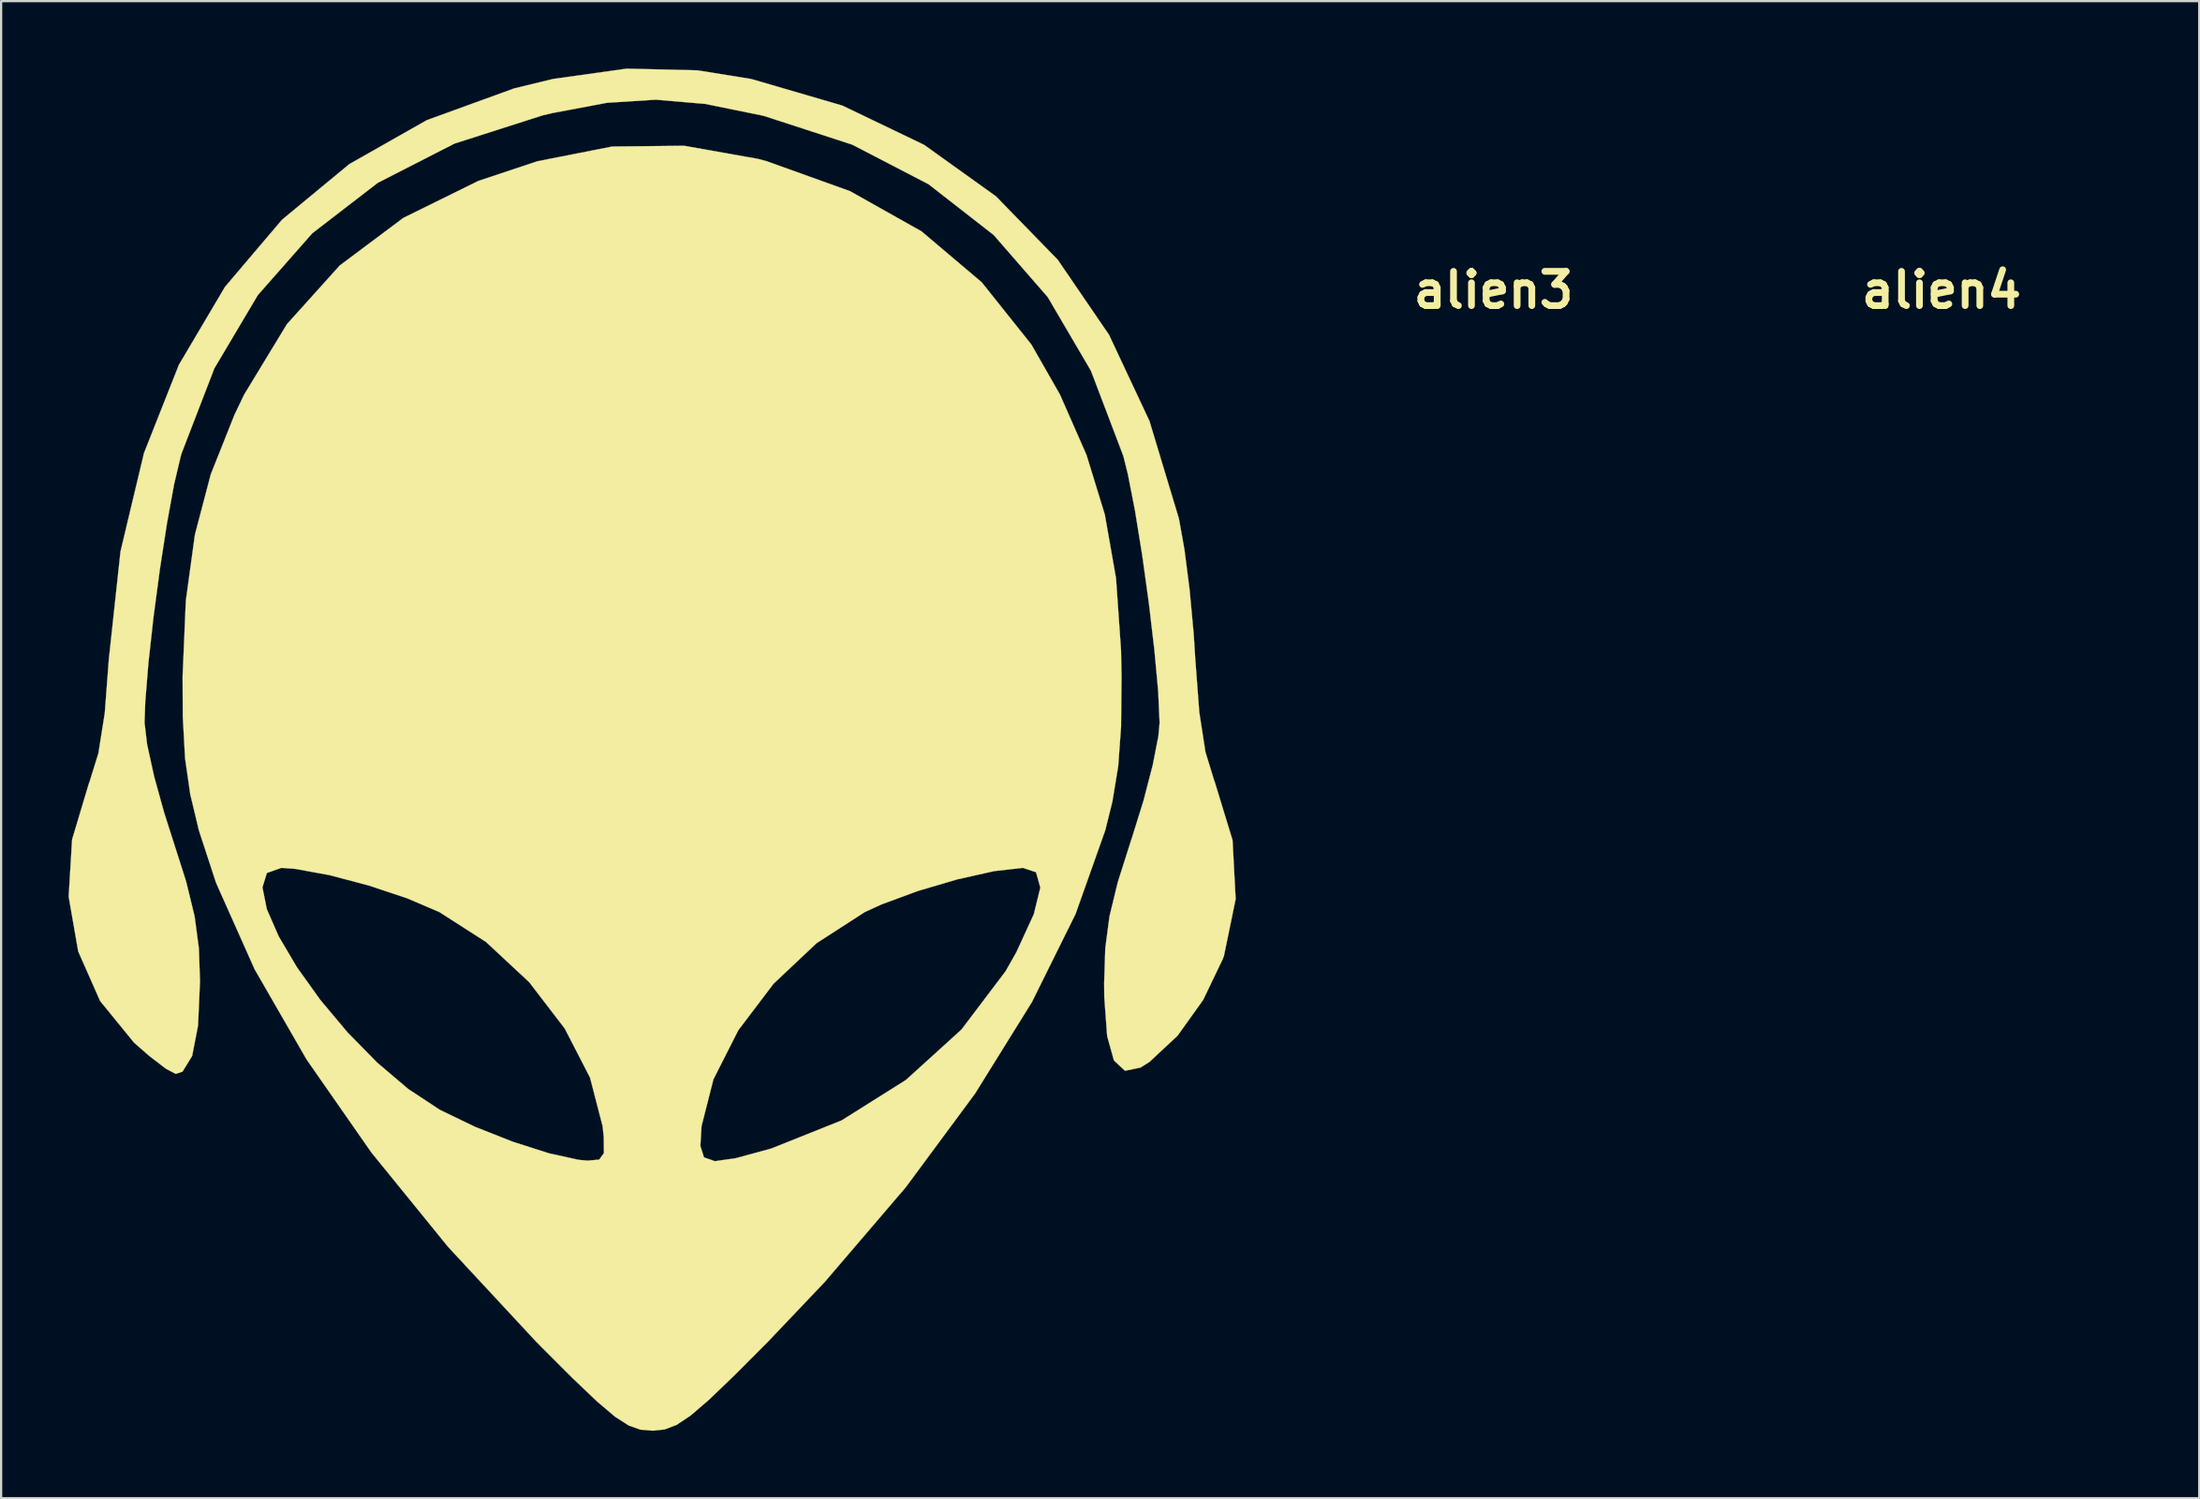
<source format=kicad_pcb>
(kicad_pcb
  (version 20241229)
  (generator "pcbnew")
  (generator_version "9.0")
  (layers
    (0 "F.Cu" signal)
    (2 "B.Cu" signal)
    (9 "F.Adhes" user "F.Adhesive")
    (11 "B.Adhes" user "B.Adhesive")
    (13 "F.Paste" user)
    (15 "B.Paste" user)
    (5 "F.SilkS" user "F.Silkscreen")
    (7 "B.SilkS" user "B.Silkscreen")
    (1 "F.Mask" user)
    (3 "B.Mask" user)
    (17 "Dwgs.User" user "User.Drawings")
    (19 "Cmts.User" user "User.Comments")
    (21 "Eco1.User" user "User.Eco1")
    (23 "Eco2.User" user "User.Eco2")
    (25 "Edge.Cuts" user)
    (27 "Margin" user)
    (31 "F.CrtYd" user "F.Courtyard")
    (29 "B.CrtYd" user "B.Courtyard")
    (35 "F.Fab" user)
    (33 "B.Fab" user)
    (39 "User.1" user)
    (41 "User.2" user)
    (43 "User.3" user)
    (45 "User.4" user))
  (footprint "alien4"
    (layer "F.Cu")
    (at 83.316 9.859)
    (property "Reference" "alien4" (at 0 0 0) (layer "F.SilkS") (effects (font (size 1.524 1.524) (thickness 0.3))))
    (attr through_hole)
    (fp_poly (pts (xy -1.05 -9.771) (xy -1.451 -9.556) (xy -1.997 -9.372) (xy -3.985 -8.501) (xy -5.48 -7.246) (xy -6.543 -5.53) (xy -7.235 -3.272) (xy -7.375 -2.504) (xy -7.546 -1.004) (xy -7.476 0.151) (xy -7.214 1.11) (xy -6.883 2.3) (xy -6.724 3.402) (xy -6.75 4.227) (xy -6.971 4.583) (xy -7.001 4.586) (xy -7.443 4.351) (xy -7.883 3.941) (xy -8.317 3.11) (xy -8.46 2.265) (xy -8.384 1.236) (xy -8.195 -0.198) (xy -7.931 -1.807) (xy -7.634 -3.362) (xy -7.343 -4.635) (xy -7.135 -5.312) (xy -6.322 -6.707) (xy -5.129 -7.998) (xy -3.737 -9.043) (xy -2.327 -9.701) (xy -1.337 -9.854) (xy -1.05 -9.771)) (stroke (width 0.01) (type solid)) (fill no) (layer "Eco2.User"))
    (fp_poly (pts (xy 2.638 -9.593) (xy 4.059 -8.836) (xy 5.422 -7.723) (xy 6.545 -6.396) (xy 7.135 -5.312) (xy 7.395 -4.432) (xy 7.693 -3.079) (xy 7.987 -1.484) (xy 8.239 0.125) (xy 8.409 1.518) (xy 8.46 2.327) (xy 8.258 3.244) (xy 7.761 4.072) (xy 7.141 4.55) (xy 6.94 4.586) (xy 6.77 4.28) (xy 6.703 3.572) (xy 6.823 2.579) (xy 7.122 1.388) (xy 7.214 1.11) (xy 7.502 -0.006) (xy 7.536 -1.19) (xy 7.375 -2.504) (xy 6.779 -4.934) (xy 5.83 -6.799) (xy 4.467 -8.18) (xy 2.628 -9.154) (xy 1.997 -9.372) (xy 1.197 -9.663) (xy 1.087 -9.822) (xy 1.337 -9.854) (xy 2.638 -9.593)) (stroke (width 0.01) (type solid)) (fill no) (layer "Eco2.User"))
    (fp_poly (pts (xy 1.271 -8.75) (xy 1.834 -8.59) (xy 3.804 -7.699) (xy 5.281 -6.322) (xy 6.306 -4.419) (xy 6.539 -3.714) (xy 6.939 -1.593) (xy 6.813 0.399) (xy 6.134 2.469) (xy 5.605 3.549) (xy 4.819 4.841) (xy 3.831 6.207) (xy 2.753 7.52) (xy 1.697 8.652) (xy 0.777 9.475) (xy 0.104 9.863) (xy 0 9.878) (xy -0.528 9.629) (xy -1.352 8.968) (xy -2.318 8.024) (xy -2.575 7.747) (xy -4.242 5.671) (xy -5.587 3.527) (xy -6.057 2.492) (xy -5.642 2.492) (xy -5.312 3.227) (xy -4.69 4.052) (xy -3.861 4.851) (xy -2.91 5.506) (xy -2.084 5.86) (xy -1.265 6.044) (xy -0.891 5.924) (xy -0.771 5.578) (xy 0.706 5.578) (xy 0.768 6.016) (xy 1.083 6.12) (xy 1.843 5.934) (xy 2.009 5.884) (xy 3.093 5.369) (xy 4.2 4.575) (xy 4.478 4.318) (xy 5.238 3.38) (xy 5.605 2.551) (xy 5.547 1.967) (xy 5.08 1.764) (xy 3.894 2.033) (xy 2.678 2.732) (xy 1.619 3.697) (xy 0.904 4.765) (xy 0.706 5.578) (xy -0.771 5.578) (xy -0.769 5.574) (xy -0.887 4.87) (xy -1.324 4.005) (xy -1.38 3.925) (xy -2.25 3.049) (xy -3.414 2.294) (xy -4.579 1.832) (xy -5.08 1.764) (xy -5.593 1.965) (xy -5.642 2.492) (xy -6.057 2.492) (xy -6.519 1.477) (xy -6.922 -0.088) (xy -6.915 -1.937) (xy -6.485 -3.89) (xy -5.714 -5.675) (xy -4.804 -6.908) (xy -3.604 -7.803) (xy -2.109 -8.501) (xy -1.834 -8.59) (xy -0.652 -8.894) (xy 0.254 -8.948) (xy 1.271 -8.75)) (stroke (width 0.01) (type solid)) (fill no) (layer "Eco2.User")))
  (footprint "alien3"
    (layer "F.Cu")
    (at 63.387 9.859)
    (property "Reference" "alien3" (at 0 0 0) (layer "F.SilkS") (effects (font (size 1.524 1.524) (thickness 0.3))))
    (attr through_hole)
    (fp_poly (pts (xy -1.05 -9.771) (xy -1.451 -9.556) (xy -1.997 -9.372) (xy -3.985 -8.501) (xy -5.48 -7.246) (xy -6.543 -5.53) (xy -7.235 -3.272) (xy -7.375 -2.504) (xy -7.546 -1.004) (xy -7.476 0.151) (xy -7.214 1.11) (xy -6.883 2.3) (xy -6.724 3.402) (xy -6.75 4.227) (xy -6.971 4.583) (xy -7.001 4.586) (xy -7.443 4.351) (xy -7.883 3.941) (xy -8.317 3.11) (xy -8.46 2.265) (xy -8.384 1.236) (xy -8.195 -0.198) (xy -7.931 -1.807) (xy -7.634 -3.362) (xy -7.343 -4.635) (xy -7.135 -5.312) (xy -6.322 -6.707) (xy -5.129 -7.998) (xy -3.737 -9.043) (xy -2.327 -9.701) (xy -1.337 -9.854) (xy -1.05 -9.771)) (stroke (width 0.01) (type solid)) (fill no) (layer "Eco1.User"))
    (fp_poly (pts (xy 2.638 -9.593) (xy 4.059 -8.836) (xy 5.422 -7.723) (xy 6.545 -6.396) (xy 7.135 -5.312) (xy 7.395 -4.432) (xy 7.693 -3.079) (xy 7.987 -1.484) (xy 8.239 0.125) (xy 8.409 1.518) (xy 8.46 2.327) (xy 8.258 3.244) (xy 7.761 4.072) (xy 7.141 4.55) (xy 6.94 4.586) (xy 6.77 4.28) (xy 6.703 3.572) (xy 6.823 2.579) (xy 7.122 1.388) (xy 7.214 1.11) (xy 7.502 -0.006) (xy 7.536 -1.19) (xy 7.375 -2.504) (xy 6.779 -4.934) (xy 5.83 -6.799) (xy 4.467 -8.18) (xy 2.628 -9.154) (xy 1.997 -9.372) (xy 1.197 -9.663) (xy 1.087 -9.822) (xy 1.337 -9.854) (xy 2.638 -9.593)) (stroke (width 0.01) (type solid)) (fill no) (layer "Eco1.User"))
    (fp_poly (pts (xy 1.271 -8.75) (xy 1.834 -8.59) (xy 3.804 -7.699) (xy 5.281 -6.322) (xy 6.306 -4.419) (xy 6.539 -3.714) (xy 6.939 -1.593) (xy 6.813 0.399) (xy 6.134 2.469) (xy 5.605 3.549) (xy 4.819 4.841) (xy 3.831 6.207) (xy 2.753 7.52) (xy 1.697 8.652) (xy 0.777 9.475) (xy 0.104 9.863) (xy 0 9.878) (xy -0.528 9.629) (xy -1.352 8.968) (xy -2.318 8.024) (xy -2.575 7.747) (xy -4.242 5.671) (xy -5.587 3.527) (xy -6.057 2.492) (xy -5.642 2.492) (xy -5.312 3.227) (xy -4.69 4.052) (xy -3.861 4.851) (xy -2.91 5.506) (xy -2.084 5.86) (xy -1.265 6.044) (xy -0.891 5.924) (xy -0.771 5.578) (xy 0.706 5.578) (xy 0.768 6.016) (xy 1.083 6.12) (xy 1.843 5.934) (xy 2.009 5.884) (xy 3.093 5.369) (xy 4.2 4.575) (xy 4.478 4.318) (xy 5.238 3.38) (xy 5.605 2.551) (xy 5.547 1.967) (xy 5.08 1.764) (xy 3.894 2.033) (xy 2.678 2.732) (xy 1.619 3.697) (xy 0.904 4.765) (xy 0.706 5.578) (xy -0.771 5.578) (xy -0.769 5.574) (xy -0.887 4.87) (xy -1.324 4.005) (xy -1.38 3.925) (xy -2.25 3.049) (xy -3.414 2.294) (xy -4.579 1.832) (xy -5.08 1.764) (xy -5.593 1.965) (xy -5.642 2.492) (xy -6.057 2.492) (xy -6.519 1.477) (xy -6.922 -0.088) (xy -6.915 -1.937) (xy -6.485 -3.89) (xy -5.714 -5.675) (xy -4.804 -6.908) (xy -3.604 -7.803) (xy -2.109 -8.501) (xy -1.834 -8.59) (xy -0.652 -8.894) (xy 0.254 -8.948) (xy 1.271 -8.75)) (stroke (width 0.01) (type solid)) (fill no) (layer "Eco1.User")))
  (footprint "alien2"
    (layer "F.Cu")
    (at 25.957 30.271)
    (property "Reference" "alien2" (at 0 0 0) (layer "F.SilkS") (effects (font (size 1.524 1.524) (thickness 0.3))))
    (attr through_hole)
    (fp_poly (pts (xy 2.03 -30.19) (xy 4.41 -29.806) (xy 8.466 -28.622) (xy 12.1 -26.876) (xy 15.298 -24.585) (xy 18.045 -21.763) (xy 20.326 -18.425) (xy 22.126 -14.587) (xy 23.43 -10.264) (xy 23.44 -10.221) (xy 23.683 -8.865) (xy 23.911 -7.079) (xy 24.091 -5.141) (xy 24.165 -3.981) (xy 24.343 -1.621) (xy 24.617 0.143) (xy 25.006 1.416) (xy 25.032 1.478) (xy 25.822 4.065) (xy 25.96 6.685) (xy 25.441 9.206) (xy 25.389 9.349) (xy 24.517 11.169) (xy 23.377 12.765) (xy 22.125 13.933) (xy 21.724 14.185) (xy 21.037 14.325) (xy 20.547 13.868) (xy 20.245 12.786) (xy 20.117 11.053) (xy 20.111 10.428) (xy 20.162 8.87) (xy 20.347 7.462) (xy 20.715 5.943) (xy 21.316 4.051) (xy 21.346 3.964) (xy 21.864 2.3) (xy 22.275 0.713) (xy 22.526 -0.576) (xy 22.578 -1.162) (xy 22.516 -2.546) (xy 22.348 -4.382) (xy 22.103 -6.466) (xy 21.807 -8.599) (xy 21.487 -10.577) (xy 21.172 -12.198) (xy 20.964 -13.033) (xy 19.523 -16.824) (xy 17.603 -20.099) (xy 15.198 -22.863) (xy 12.3 -25.123) (xy 8.904 -26.885) (xy 5.003 -28.155) (xy 4.876 -28.186) (xy 2.359 -28.698) (xy 0.166 -28.885) (xy -2.002 -28.748) (xy -4.449 -28.287) (xy -4.876 -28.186) (xy -8.793 -26.931) (xy -12.204 -25.185) (xy -15.117 -22.94) (xy -17.537 -20.191) (xy -19.471 -16.932) (xy -20.927 -13.156) (xy -20.964 -13.033) (xy -21.258 -11.793) (xy -21.577 -10.051) (xy -21.893 -8.01) (xy -22.178 -5.87) (xy -22.404 -3.835) (xy -22.545 -2.105) (xy -22.578 -1.162) (xy -22.463 -0.191) (xy -22.153 1.223) (xy -21.7 2.859) (xy -21.346 3.964) (xy -20.728 5.901) (xy -20.35 7.453) (xy -20.161 8.878) (xy -20.111 10.342) (xy -20.198 12.317) (xy -20.46 13.667) (xy -20.889 14.365) (xy -21.187 14.464) (xy -21.617 14.241) (xy -22.369 13.665) (xy -23.042 13.075) (xy -24.551 11.224) (xy -25.528 9.013) (xy -25.952 6.574) (xy -25.8 4.036) (xy -25.049 1.528) (xy -25.027 1.478) (xy -24.629 0.199) (xy -24.346 -1.592) (xy -24.165 -3.981) (xy -23.646 -8.783) (xy -22.602 -13.159) (xy -21.047 -17.091) (xy -18.996 -20.558) (xy -16.464 -23.541) (xy -13.466 -26.02) (xy -10.018 -27.975) (xy -6.134 -29.387) (xy -4.41 -29.806) (xy -1.129 -30.266) (xy 2.03 -30.19)) (stroke (width 0.01) (type solid)) (fill yes) (layer "F.SilkS"))
    (fp_poly (pts (xy 4.728 -26.247) (xy 5.103 -26.145) (xy 8.808 -24.814) (xy 11.986 -23.026) (xy 14.665 -20.759) (xy 16.874 -17.989) (xy 18.145 -15.763) (xy 19.326 -13.074) (xy 20.141 -10.421) (xy 20.638 -7.592) (xy 20.862 -4.372) (xy 20.884 -3.203) (xy 20.863 -0.989) (xy 20.735 0.779) (xy 20.475 2.355) (xy 20.159 3.628) (xy 18.838 7.35) (xy 16.895 11.273) (xy 14.365 15.345) (xy 11.284 19.511) (xy 7.687 23.717) (xy 5.166 26.37) (xy 3.658 27.883) (xy 2.539 28.958) (xy 1.714 29.667) (xy 1.088 30.085) (xy 0.565 30.284) (xy 0.05 30.339) (xy 0 30.339) (xy -0.519 30.294) (xy -1.037 30.111) (xy -1.65 29.717) (xy -2.452 29.037) (xy -3.541 27.999) (xy -5.01 26.529) (xy -5.166 26.37) (xy -9.071 22.165) (xy -12.482 17.967) (xy -15.364 13.83) (xy -17.681 9.807) (xy -19.304 6.166) (xy -17.333 6.166) (xy -17.139 7.134) (xy -16.608 8.348) (xy -15.797 9.721) (xy -14.76 11.171) (xy -13.552 12.613) (xy -12.228 13.964) (xy -10.844 15.139) (xy -9.455 16.055) (xy -9.409 16.08) (xy -7.884 16.817) (xy -6.199 17.483) (xy -4.583 18) (xy -3.264 18.29) (xy -2.865 18.325) (xy -2.352 18.28) (xy -2.141 17.988) (xy -2.145 17.671) (xy 2.148 17.671) (xy 2.309 18.18) (xy 2.795 18.35) (xy 3.718 18.218) (xy 5.188 17.819) (xy 5.316 17.782) (xy 8.435 16.533) (xy 11.292 14.736) (xy 13.764 12.492) (xy 15.726 9.898) (xy 16.207 9.048) (xy 16.982 7.359) (xy 17.273 6.175) (xy 17.081 5.491) (xy 16.492 5.297) (xy 15.226 5.44) (xy 13.581 5.808) (xy 11.819 6.327) (xy 10.201 6.925) (xy 9.46 7.265) (xy 7.318 8.648) (xy 5.406 10.45) (xy 3.838 12.519) (xy 2.729 14.707) (xy 2.2 16.789) (xy 2.148 17.671) (xy -2.145 17.671) (xy -2.15 17.264) (xy -2.2 16.789) (xy -2.759 14.63) (xy -3.886 12.444) (xy -5.468 10.381) (xy -7.39 8.592) (xy -9.46 7.265) (xy -10.884 6.655) (xy -12.598 6.083) (xy -14.341 5.622) (xy -15.85 5.345) (xy -16.492 5.297) (xy -17.136 5.525) (xy -17.333 6.166) (xy -19.304 6.166) (xy -19.399 5.952) (xy -20.159 3.628) (xy -20.543 2.023) (xy -20.773 0.427) (xy -20.875 -1.415) (xy -20.884 -3.203) (xy -20.739 -6.596) (xy -20.336 -9.529) (xy -19.63 -12.216) (xy -18.573 -14.87) (xy -18.145 -15.763) (xy -16.244 -18.895) (xy -13.893 -21.508) (xy -11.064 -23.625) (xy -7.728 -25.27) (xy -5.103 -26.145) (xy -1.778 -26.8) (xy 1.427 -26.834) (xy 4.728 -26.247)) (stroke (width 0.01) (type solid)) (fill yes) (layer "F.SilkS")))
  (gr_rect
    (start -3 -3)
    (end 94.781 63.615)
    (stroke (width 0.1) (type default))
    (fill no)
    (layer "Edge.Cuts")))
</source>
